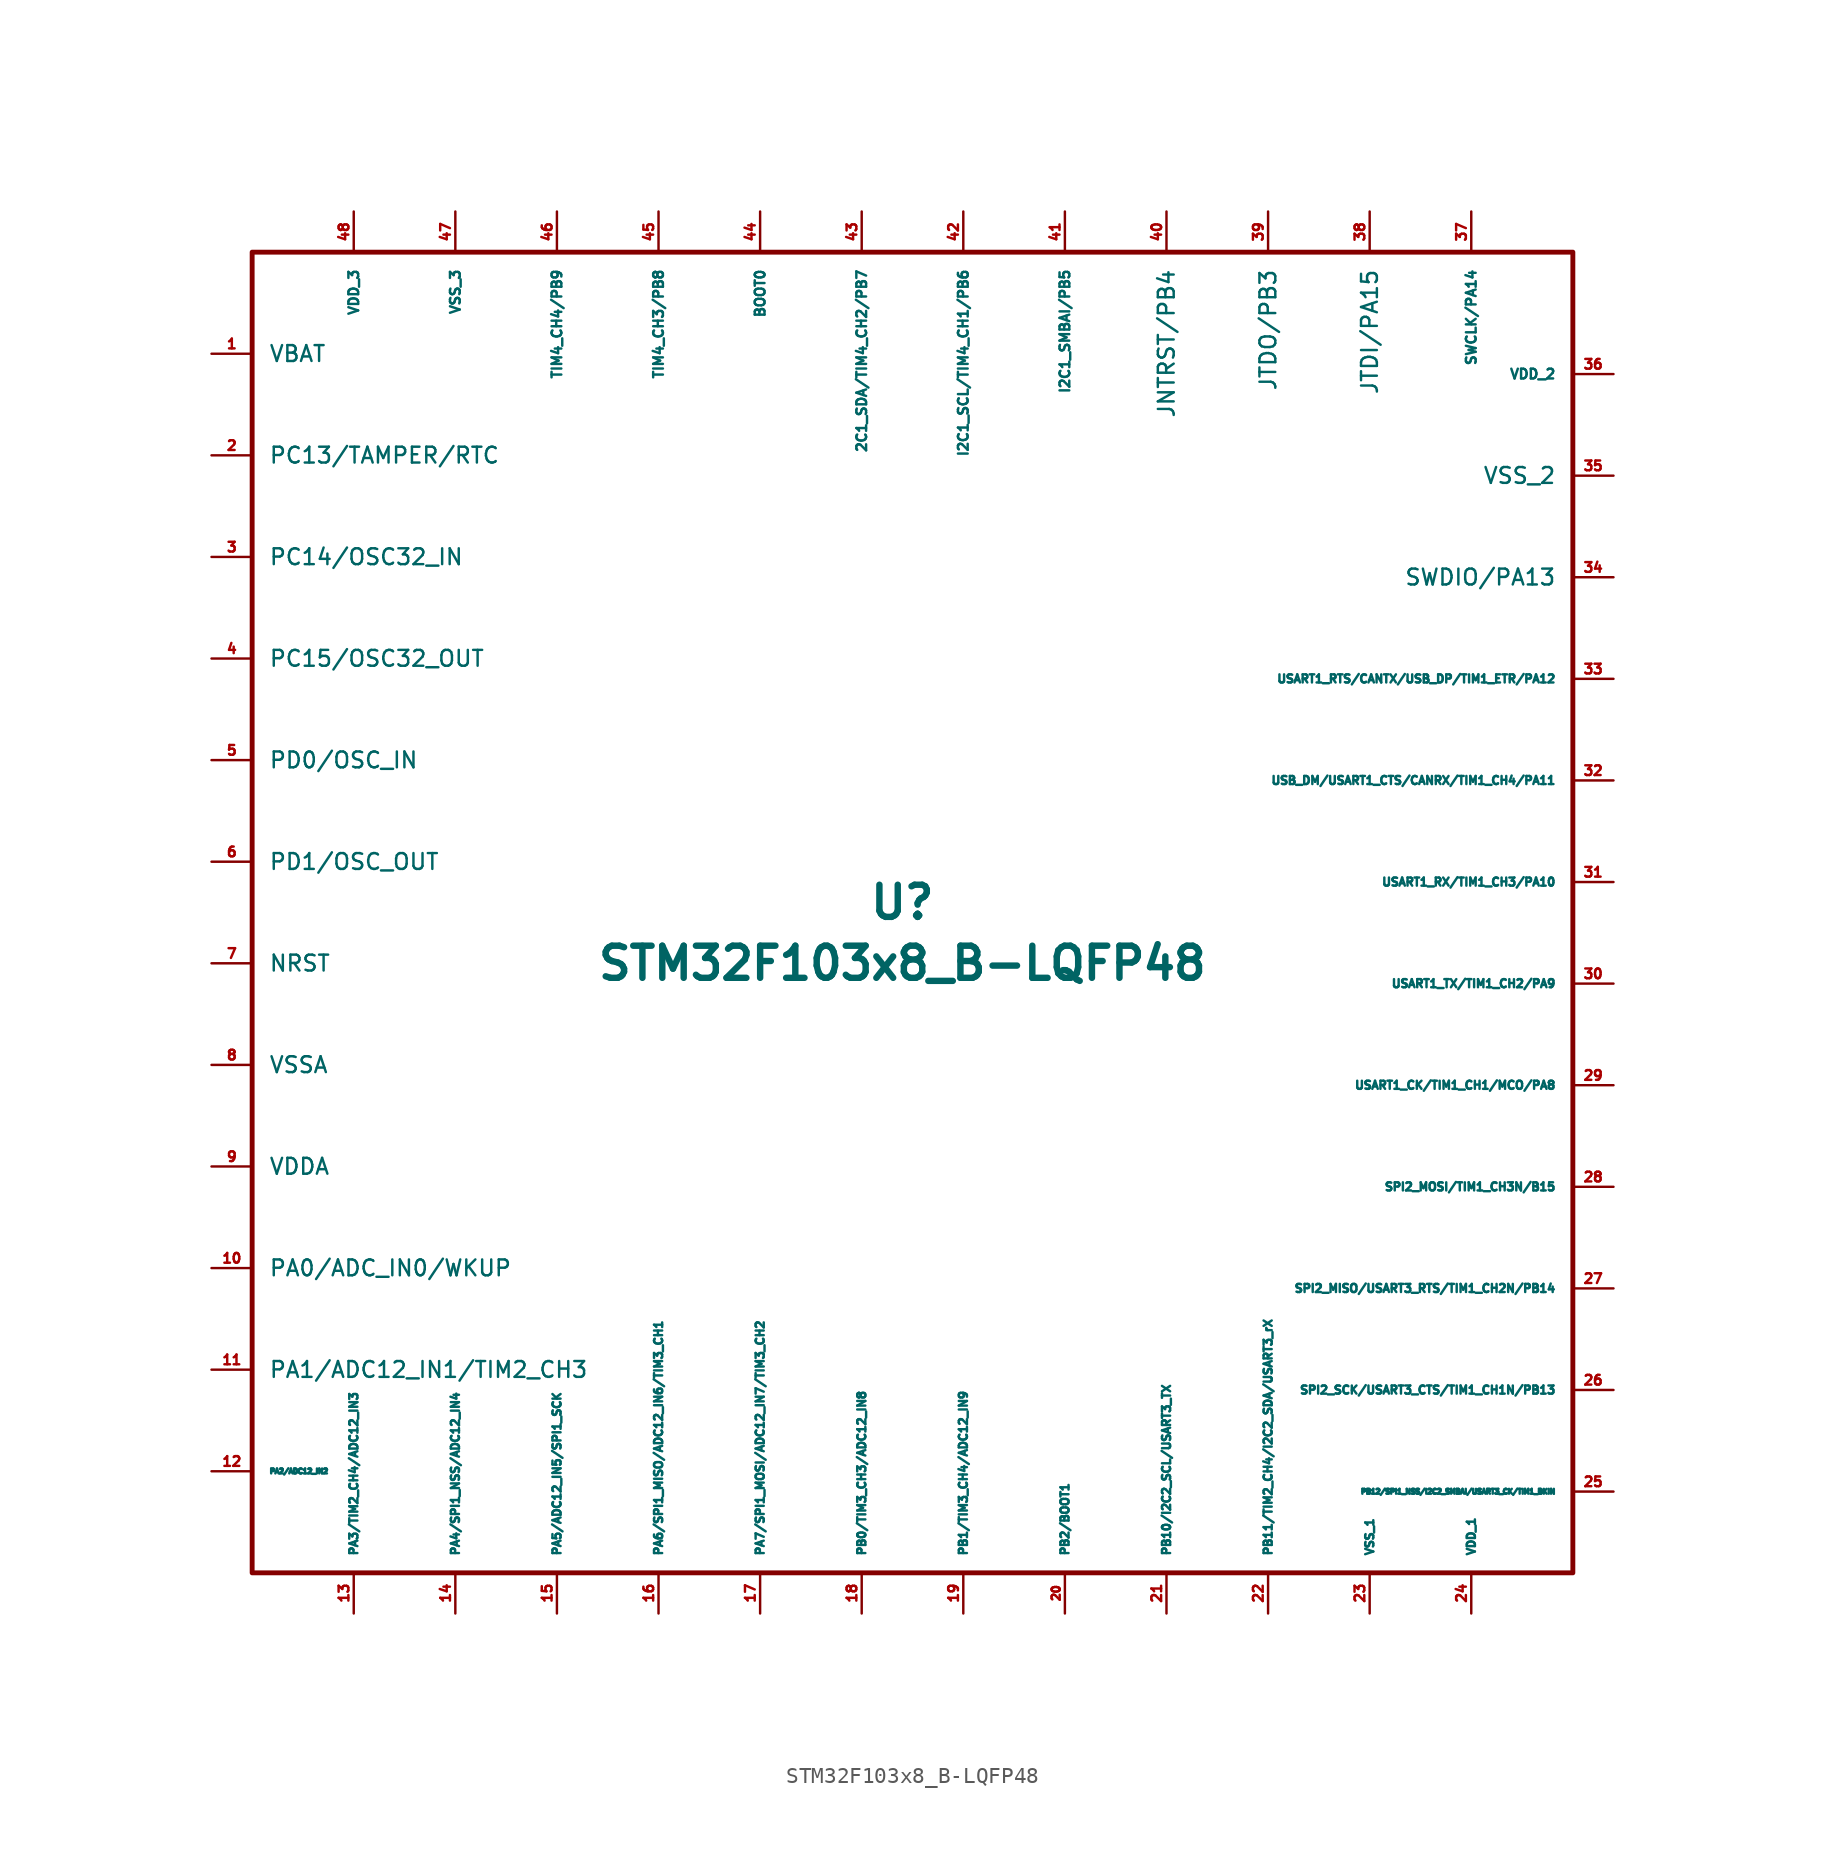
<source format=kicad_sym>
(kicad_symbol_lib
  (version 20211014)
  (generator kicad_symbol_editor)
  (symbol "STM32F103x8_B-LQFP48"
    (pin_names
      (offset 1.016))
    (property "Reference" "U"
      (at 0 1.27 0)
      (effects (font (size 2.007 2.007) bold)))
    (property "Value" "STM32F103x8_B-LQFP48"
      (at 0 -2.54 0)
      (effects (font (size 2.007 2.007) bold)))
    (symbol "STM32F103x8_B-LQFP48_0_1"
      (rectangle (start 41.91 41.91) (end -40.64 -40.64) (stroke (width 0.305) (type default) (color 0 0 0 0)) (fill (type none))))
    (symbol "STM32F103x8_B-LQFP48_1_1"
      (pin power_in line (at -43.18 35.56 0) (length 2.54) (name "VBAT" (effects (font (size 0.991 0.991)))) (number "1" (effects (font (size 0.61 0.61)))))
      (pin bidirectional line (at -43.18 -21.59 0) (length 2.54) (name "PA0/ADC_IN0/WKUP" (effects (font (size 0.991 0.991)))) (number "10" (effects (font (size 0.61 0.61)))))
      (pin bidirectional line (at -43.18 -27.94 0) (length 2.54) (name "PA1/ADC12_IN1/TIM2_CH3" (effects (font (size 0.991 0.991)))) (number "11" (effects (font (size 0.61 0.61)))))
      (pin bidirectional line (at -43.18 -34.29 0) (length 2.54) (name "PA2/ADC12_IN2" (effects (font (size 0.305 0.305)))) (number "12" (effects (font (size 0.61 0.61)))))
      (pin bidirectional line (at -34.29 -43.18 90) (length 2.54) (name "PA3/TIM2_CH4/ADC12_IN3" (effects (font (size 0.508 0.508)))) (number "13" (effects (font (size 0.61 0.61)))))
      (pin bidirectional line (at -27.94 -43.18 90) (length 2.54) (name "PA4/SPI1_NSS/ADC12_IN4" (effects (font (size 0.508 0.508)))) (number "14" (effects (font (size 0.61 0.61)))))
      (pin bidirectional line (at -21.59 -43.18 90) (length 2.54) (name "PA5/ADC12_IN5/SPI1_SCK" (effects (font (size 0.508 0.508)))) (number "15" (effects (font (size 0.61 0.61)))))
      (pin bidirectional line (at -15.24 -43.18 90) (length 2.54) (name "PA6/SPI1_MISO/ADC12_IN6/TIM3_CH1" (effects (font (size 0.508 0.508)))) (number "16" (effects (font (size 0.61 0.61)))))
      (pin bidirectional line (at -8.89 -43.18 90) (length 2.54) (name "PA7/SPI1_MOSI/ADC12_IN7/TIM3_CH2" (effects (font (size 0.508 0.508)))) (number "17" (effects (font (size 0.61 0.61)))))
      (pin bidirectional line (at -2.54 -43.18 90) (length 2.54) (name "PB0/TIM3_CH3/ADC12_IN8" (effects (font (size 0.508 0.508)))) (number "18" (effects (font (size 0.61 0.61)))))
      (pin bidirectional line (at 3.81 -43.18 90) (length 2.54) (name "PB1/TIM3_CH4/ADC12_IN9" (effects (font (size 0.508 0.508)))) (number "19" (effects (font (size 0.61 0.61)))))
      (pin bidirectional line (at -43.18 29.21 0) (length 2.54) (name "PC13/TAMPER/RTC" (effects (font (size 0.991 0.991)))) (number "2" (effects (font (size 0.61 0.61)))))
      (pin bidirectional line (at 10.16 -43.18 90) (length 2.54) (name "PB2/BOOT1" (effects (font (size 0.508 0.508)))) (number "20" (effects (font (size 0.508 0.508)))))
      (pin bidirectional line (at 16.51 -43.18 90) (length 2.54) (name "PB10/I2C2_SCL/USART3_TX" (effects (font (size 0.508 0.508)))) (number "21" (effects (font (size 0.61 0.61)))))
      (pin bidirectional line (at 22.86 -43.18 90) (length 2.54) (name "PB11/TIM2_CH4/I2C2_SDA/USART3_rX" (effects (font (size 0.508 0.508)))) (number "22" (effects (font (size 0.61 0.61)))))
      (pin power_in line (at 29.21 -43.18 90) (length 2.54) (name "VSS_1" (effects (font (size 0.508 0.508)))) (number "23" (effects (font (size 0.61 0.61)))))
      (pin power_in line (at 35.56 -43.18 90) (length 2.54) (name "VDD_1" (effects (font (size 0.508 0.508)))) (number "24" (effects (font (size 0.61 0.61)))))
      (pin bidirectional line (at 44.45 -35.56 180) (length 2.54) (name "PB12/SPI1_NSS/I2C2_SMBAI/USART3_CK/TIM1_BKIN" (effects (font (size 0.305 0.305)))) (number "25" (effects (font (size 0.61 0.61)))))
      (pin bidirectional line (at 44.45 -29.21 180) (length 2.54) (name "SPI2_SCK/USART3_CTS/TIM1_CH1N/PB13" (effects (font (size 0.508 0.508)))) (number "26" (effects (font (size 0.61 0.61)))))
      (pin bidirectional line (at 44.45 -22.86 180) (length 2.54) (name "SPI2_MISO/USART3_RTS/TIM1_CH2N/PB14" (effects (font (size 0.508 0.508)))) (number "27" (effects (font (size 0.61 0.61)))))
      (pin bidirectional line (at 44.45 -16.51 180) (length 2.54) (name "SPI2_MOSI/TIM1_CH3N/B15" (effects (font (size 0.508 0.508)))) (number "28" (effects (font (size 0.61 0.61)))))
      (pin bidirectional line (at 44.45 -10.16 180) (length 2.54) (name "USART1_CK/TIM1_CH1/MCO/PA8" (effects (font (size 0.508 0.508)))) (number "29" (effects (font (size 0.61 0.61)))))
      (pin bidirectional line (at -43.18 22.86 0) (length 2.54) (name "PC14/OSC32_IN" (effects (font (size 0.991 0.991)))) (number "3" (effects (font (size 0.61 0.61)))))
      (pin bidirectional line (at 44.45 -3.81 180) (length 2.54) (name "USART1_TX/TIM1_CH2/PA9" (effects (font (size 0.508 0.508)))) (number "30" (effects (font (size 0.61 0.61)))))
      (pin bidirectional line (at 44.45 2.54 180) (length 2.54) (name "USART1_RX/TIM1_CH3/PA10" (effects (font (size 0.508 0.508)))) (number "31" (effects (font (size 0.61 0.61)))))
      (pin bidirectional line (at 44.45 8.89 180) (length 2.54) (name "USB_DM/USART1_CTS/CANRX/TIM1_CH4/PA11" (effects (font (size 0.508 0.508)))) (number "32" (effects (font (size 0.61 0.61)))))
      (pin bidirectional line (at 44.45 15.24 180) (length 2.54) (name "USART1_RTS/CANTX/USB_DP/TIM1_ETR/PA12" (effects (font (size 0.508 0.508)))) (number "33" (effects (font (size 0.61 0.61)))))
      (pin bidirectional line (at 44.45 21.59 180) (length 2.54) (name "SWDIO/PA13" (effects (font (size 0.991 0.991)))) (number "34" (effects (font (size 0.61 0.61)))))
      (pin power_in line (at 44.45 27.94 180) (length 2.54) (name "VSS_2" (effects (font (size 0.991 0.991)))) (number "35" (effects (font (size 0.61 0.61)))))
      (pin power_in line (at 44.45 34.29 180) (length 2.54) (name "VDD_2" (effects (font (size 0.61 0.61)))) (number "36" (effects (font (size 0.61 0.61)))))
      (pin bidirectional line (at 35.56 44.45 270) (length 2.54) (name "SWCLK/PA14" (effects (font (size 0.61 0.61)))) (number "37" (effects (font (size 0.61 0.61)))))
      (pin bidirectional line (at 29.21 44.45 270) (length 2.54) (name "JTDI/PA15" (effects (font (size 0.991 0.991)))) (number "38" (effects (font (size 0.61 0.61)))))
      (pin bidirectional line (at 22.86 44.45 270) (length 2.54) (name "JTDO/PB3" (effects (font (size 0.991 0.991)))) (number "39" (effects (font (size 0.61 0.61)))))
      (pin bidirectional line (at -43.18 16.51 0) (length 2.54) (name "PC15/OSC32_OUT" (effects (font (size 0.991 0.991)))) (number "4" (effects (font (size 0.61 0.61)))))
      (pin bidirectional line (at 16.51 44.45 270) (length 2.54) (name "JNTRST/PB4" (effects (font (size 0.991 0.991)))) (number "40" (effects (font (size 0.61 0.61)))))
      (pin bidirectional line (at 10.16 44.45 270) (length 2.54) (name "I2C1_SMBAI/PB5" (effects (font (size 0.61 0.61)))) (number "41" (effects (font (size 0.61 0.61)))))
      (pin bidirectional line (at 3.81 44.45 270) (length 2.54) (name "I2C1_SCL/TIM4_CH1/PB6" (effects (font (size 0.61 0.61)))) (number "42" (effects (font (size 0.61 0.61)))))
      (pin bidirectional line (at -2.54 44.45 270) (length 2.54) (name "2C1_SDA/TIM4_CH2/PB7" (effects (font (size 0.61 0.61)))) (number "43" (effects (font (size 0.61 0.61)))))
      (pin output line (at -8.89 44.45 270) (length 2.54) (name "BOOT0" (effects (font (size 0.61 0.61)))) (number "44" (effects (font (size 0.61 0.61)))))
      (pin bidirectional line (at -15.24 44.45 270) (length 2.54) (name "TIM4_CH3/PB8" (effects (font (size 0.61 0.61)))) (number "45" (effects (font (size 0.61 0.61)))))
      (pin input line (at -21.59 44.45 270) (length 2.54) (name "TIM4_CH4/PB9" (effects (font (size 0.61 0.61)))) (number "46" (effects (font (size 0.61 0.61)))))
      (pin input line (at -27.94 44.45 270) (length 2.54) (name "VSS_3" (effects (font (size 0.61 0.61)))) (number "47" (effects (font (size 0.61 0.61)))))
      (pin input line (at -34.29 44.45 270) (length 2.54) (name "VDD_3" (effects (font (size 0.61 0.61)))) (number "48" (effects (font (size 0.61 0.61)))))
      (pin bidirectional line (at -43.18 10.16 0) (length 2.54) (name "PD0/OSC_IN" (effects (font (size 0.991 0.991)))) (number "5" (effects (font (size 0.61 0.61)))))
      (pin bidirectional line (at -43.18 3.81 0) (length 2.54) (name "PD1/OSC_OUT" (effects (font (size 0.991 0.991)))) (number "6" (effects (font (size 0.61 0.61)))))
      (pin input line (at -43.18 -2.54 0) (length 2.54) (name "NRST" (effects (font (size 0.991 0.991)))) (number "7" (effects (font (size 0.61 0.61)))))
      (pin power_in line (at -43.18 -8.89 0) (length 2.54) (name "VSSA" (effects (font (size 0.991 0.991)))) (number "8" (effects (font (size 0.61 0.61)))))
      (pin power_in line (at -43.18 -15.24 0) (length 2.54) (name "VDDA" (effects (font (size 0.991 0.991)))) (number "9" (effects (font (size 0.61 0.61))))))))
</source>
